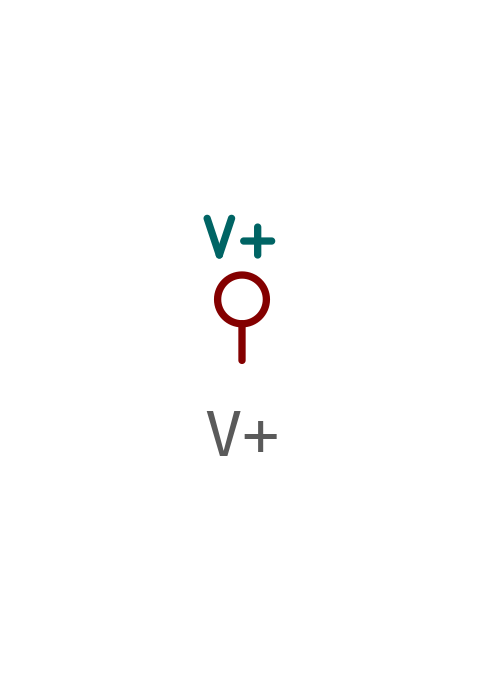
<source format=kicad_sym>
(kicad_symbol_lib
  (version 20231120)
  (generator "kicad_symbol_editor")
  (generator_version "8.0")
  (symbol "V+"
    (power)
    (pin_names
      (offset 0))
    (property "Reference" "#PWR"
      (at 0 2.54 0)
      (effects (font (size 0.762 0.762)) (hide yes)))
    (property "Value" "V+"
      (at 0 2.54 0)
      (effects (font (size 0.762 0.762))))
    (property "Footprint" ""
      (at 0 0 0)
      (effects (font (size 1.524 1.524))))
    (property "Datasheet" ""
      (at 0 0 0)
      (effects (font (size 1.524 1.524))))
    (symbol "V+_0_0"
      (pin power_in line (at 0 0 90) (length 0) hide (name "V+" (effects (font (size 0.508 0.508)))) (number "1" (effects (font (size 0.508 0.508))))))
    (symbol "V+_0_1"
      (polyline (pts (xy 0 0) (xy 0 0.762) (xy 0 0.762)) (stroke (width 0) (type default)) (fill (type none)))
      (circle (center 0 1.27) (radius 0.508) (stroke (width 0) (type default)) (fill (type none))))))
</source>
